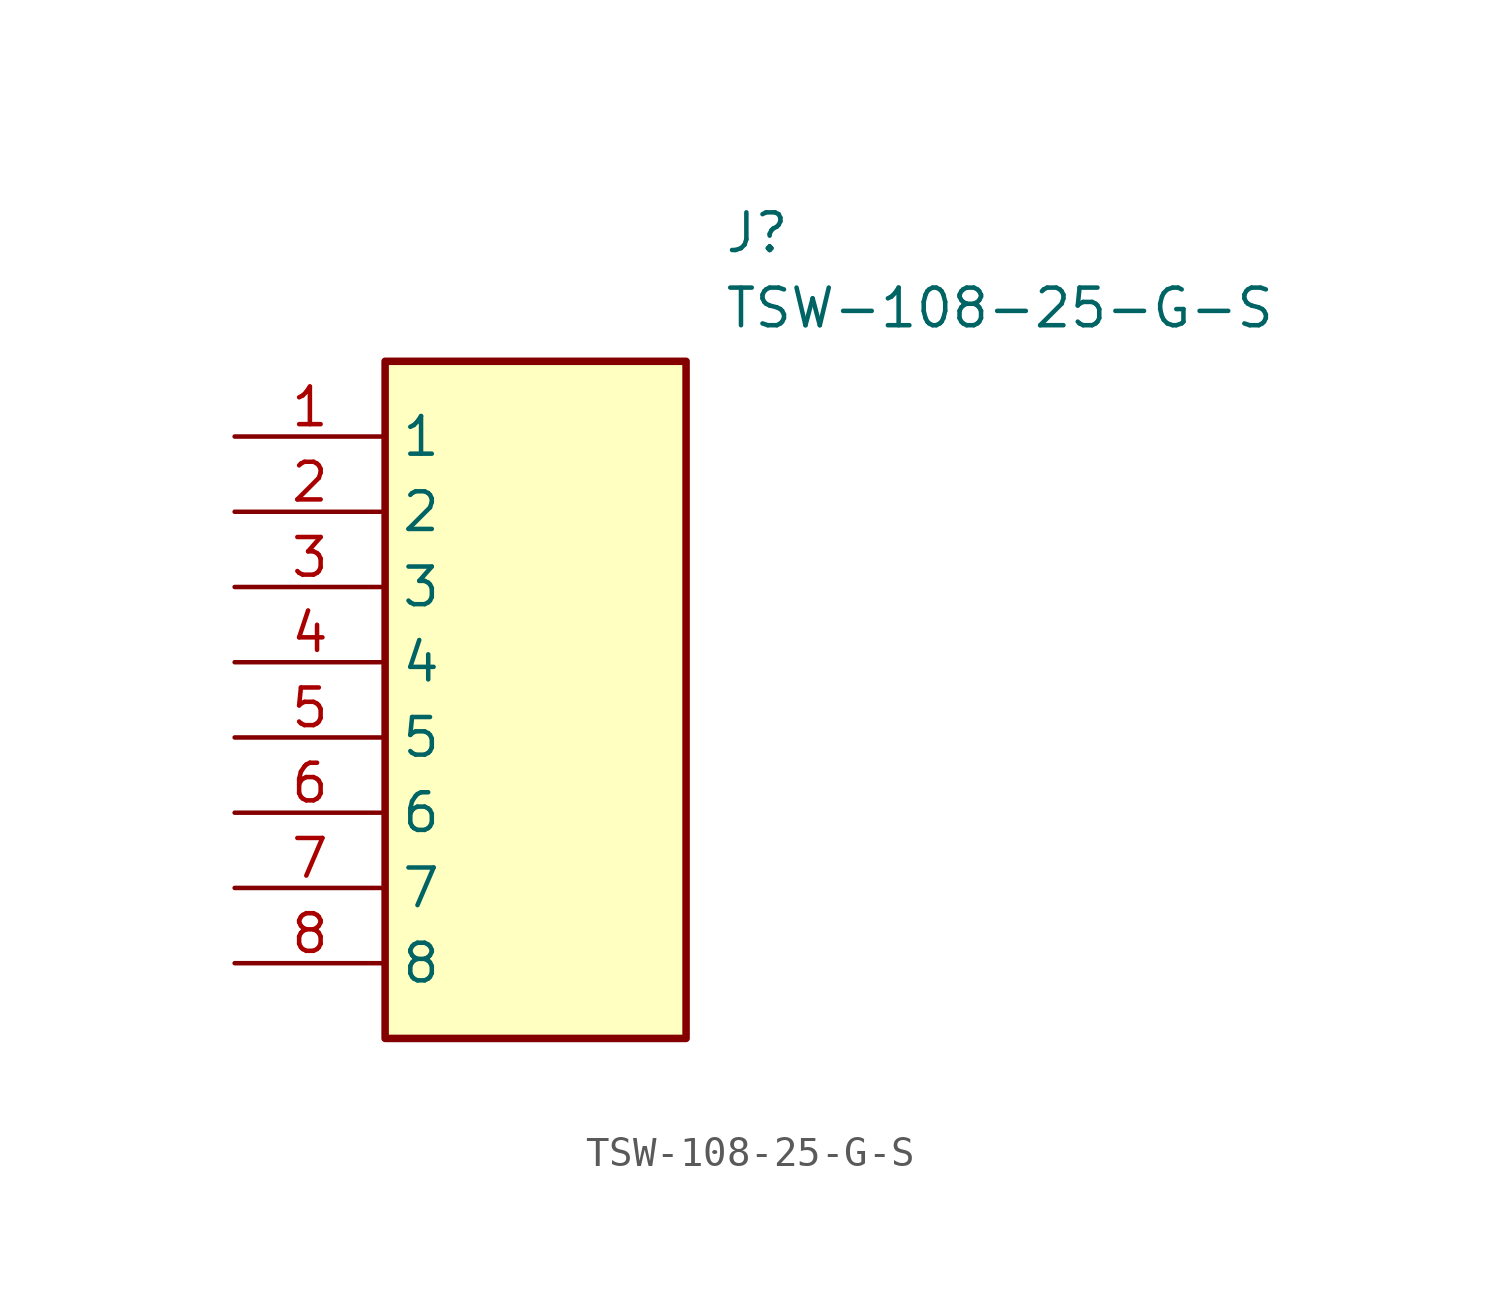
<source format=kicad_sym>
(kicad_symbol_lib
  (version 20211014)
  (generator SamacSys_ECAD_Model)
  (symbol "TSW-108-25-G-S"
    (property "Reference" "J"
      (at 16.51 7.62 0)
      (effects (font (size 1.27 1.27)) (justify left top)))
    (property "Value" "TSW-108-25-G-S"
      (at 16.51 5.08 0)
      (effects (font (size 1.27 1.27)) (justify left top)))
    (rectangle
      (start 5.08 2.54)
      (end 15.24 -20.32)
      (stroke (width 0.254) (type default))
      (fill (type background)))
    (pin passive line
      (at 0 0 0)
      (length 5.08)
      (name "1" (effects (font (size 1.27 1.27))))
      (number "1" (effects (font (size 1.27 1.27)))))
    (pin passive line
      (at 0 -2.54 0)
      (length 5.08)
      (name "2" (effects (font (size 1.27 1.27))))
      (number "2" (effects (font (size 1.27 1.27)))))
    (pin passive line
      (at 0 -5.08 0)
      (length 5.08)
      (name "3" (effects (font (size 1.27 1.27))))
      (number "3" (effects (font (size 1.27 1.27)))))
    (pin passive line
      (at 0 -7.62 0)
      (length 5.08)
      (name "4" (effects (font (size 1.27 1.27))))
      (number "4" (effects (font (size 1.27 1.27)))))
    (pin passive line
      (at 0 -10.16 0)
      (length 5.08)
      (name "5" (effects (font (size 1.27 1.27))))
      (number "5" (effects (font (size 1.27 1.27)))))
    (pin passive line
      (at 0 -12.7 0)
      (length 5.08)
      (name "6" (effects (font (size 1.27 1.27))))
      (number "6" (effects (font (size 1.27 1.27)))))
    (pin passive line
      (at 0 -15.24 0)
      (length 5.08)
      (name "7" (effects (font (size 1.27 1.27))))
      (number "7" (effects (font (size 1.27 1.27)))))
    (pin passive line
      (at 0 -17.78 0)
      (length 5.08)
      (name "8" (effects (font (size 1.27 1.27))))
      (number "8" (effects (font (size 1.27 1.27)))))))
</source>
